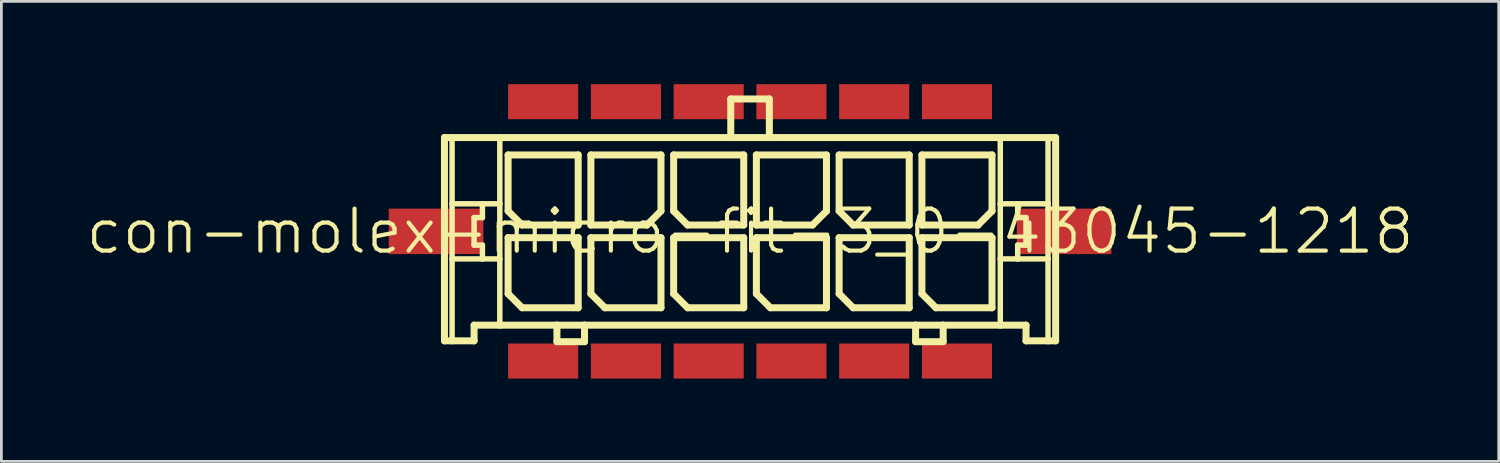
<source format=kicad_pcb>
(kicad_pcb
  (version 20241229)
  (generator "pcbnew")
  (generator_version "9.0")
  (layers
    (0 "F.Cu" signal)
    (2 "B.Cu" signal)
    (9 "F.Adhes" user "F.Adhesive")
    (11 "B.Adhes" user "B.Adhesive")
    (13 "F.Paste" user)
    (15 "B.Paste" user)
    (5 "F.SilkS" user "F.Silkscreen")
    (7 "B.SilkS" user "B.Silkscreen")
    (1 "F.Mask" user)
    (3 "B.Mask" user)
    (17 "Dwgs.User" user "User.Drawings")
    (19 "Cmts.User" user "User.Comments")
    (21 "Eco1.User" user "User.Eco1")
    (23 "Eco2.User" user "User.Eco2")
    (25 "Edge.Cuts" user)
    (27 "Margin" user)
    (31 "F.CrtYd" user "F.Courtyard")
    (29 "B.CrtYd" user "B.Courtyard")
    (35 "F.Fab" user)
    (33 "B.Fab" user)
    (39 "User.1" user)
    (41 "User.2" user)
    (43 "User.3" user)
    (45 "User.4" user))
  (footprint "con-molex-micro-fit-3_0-43045-1218"
    (layer "F.Cu")
    (at 24.13 5.334)
    (property "Reference" "con-molex-micro-fit-3_0-43045-1218" (at 0 0 0) (layer "F.SilkS") (effects (font (size 1.524 1.524) (thickness 0.15))))
    (attr smd)
    (fp_line (start -11.074 -3.399) (end -10.798 -3.399) (stroke (width 0.254) (type solid)) (layer "F.SilkS"))
    (fp_line (start -11.074 3.967) (end -11.074 -3.399) (stroke (width 0.254) (type solid)) (layer "F.SilkS"))
    (fp_line (start -10.798 -3.399) (end -9.068 -3.399) (stroke (width 0.254) (type solid)) (layer "F.SilkS"))
    (fp_line (start -10.798 -0.998) (end -10.798 -3.399) (stroke (width 0.198) (type solid)) (layer "F.SilkS"))
    (fp_line (start -10.798 0.998) (end -10.798 -0.998) (stroke (width 0.198) (type solid)) (layer "F.SilkS"))
    (fp_line (start -10.798 3.967) (end -11.074 3.967) (stroke (width 0.254) (type solid)) (layer "F.SilkS"))
    (fp_line (start -10.798 3.967) (end -10.798 0.998) (stroke (width 0.198) (type solid)) (layer "F.SilkS"))
    (fp_line (start -10 -0.498) (end -10 0.498) (stroke (width 0.198) (type solid)) (layer "F.SilkS"))
    (fp_line (start -10 0.498) (end -9.698 0.498) (stroke (width 0.198) (type solid)) (layer "F.SilkS"))
    (fp_line (start -10 3.399) (end -10 3.967) (stroke (width 0.254) (type solid)) (layer "F.SilkS"))
    (fp_line (start -10 3.967) (end -10.798 3.967) (stroke (width 0.254) (type solid)) (layer "F.SilkS"))
    (fp_line (start -9.698 -0.998) (end -10.798 -0.998) (stroke (width 0.198) (type solid)) (layer "F.SilkS"))
    (fp_line (start -9.698 -0.998) (end -9.698 -0.498) (stroke (width 0.198) (type solid)) (layer "F.SilkS"))
    (fp_line (start -9.698 -0.498) (end -10 -0.498) (stroke (width 0.198) (type solid)) (layer "F.SilkS"))
    (fp_line (start -9.698 0.498) (end -9.698 0.998) (stroke (width 0.198) (type solid)) (layer "F.SilkS"))
    (fp_line (start -9.698 0.998) (end -10.798 0.998) (stroke (width 0.198) (type solid)) (layer "F.SilkS"))
    (fp_line (start -9.068 -3.399) (end -0.699 -3.399) (stroke (width 0.254) (type solid)) (layer "F.SilkS"))
    (fp_line (start -9.068 -0.998) (end -9.698 -0.998) (stroke (width 0.198) (type solid)) (layer "F.SilkS"))
    (fp_line (start -9.068 -0.998) (end -9.068 -3.399) (stroke (width 0.198) (type solid)) (layer "F.SilkS"))
    (fp_line (start -9.068 0.998) (end -9.698 0.998) (stroke (width 0.198) (type solid)) (layer "F.SilkS"))
    (fp_line (start -9.068 0.998) (end -9.068 -0.998) (stroke (width 0.198) (type solid)) (layer "F.SilkS"))
    (fp_line (start -9.068 3.399) (end -10 3.399) (stroke (width 0.254) (type solid)) (layer "F.SilkS"))
    (fp_line (start -9.068 3.399) (end -9.068 0.998) (stroke (width 0.198) (type solid)) (layer "F.SilkS"))
    (fp_line (start -8.768 -2.769) (end -6.228 -2.769) (stroke (width 0.254) (type solid)) (layer "F.SilkS"))
    (fp_line (start -8.768 -0.737) (end -8.768 -2.769) (stroke (width 0.254) (type solid)) (layer "F.SilkS"))
    (fp_line (start -8.768 0.229) (end -6.228 0.229) (stroke (width 0.254) (type solid)) (layer "F.SilkS"))
    (fp_line (start -8.768 2.261) (end -8.768 0.229) (stroke (width 0.254) (type solid)) (layer "F.SilkS"))
    (fp_line (start -8.26 -0.229) (end -8.768 -0.737) (stroke (width 0.254) (type solid)) (layer "F.SilkS"))
    (fp_line (start -8.26 2.769) (end -8.768 2.261) (stroke (width 0.254) (type solid)) (layer "F.SilkS"))
    (fp_line (start -6.998 3.399) (end -9.068 3.399) (stroke (width 0.254) (type solid)) (layer "F.SilkS"))
    (fp_line (start -6.998 3.399) (end -6.998 3.998) (stroke (width 0.254) (type solid)) (layer "F.SilkS"))
    (fp_line (start -6.998 3.998) (end -5.999 3.998) (stroke (width 0.254) (type solid)) (layer "F.SilkS"))
    (fp_line (start -6.228 -2.769) (end -6.228 -0.229) (stroke (width 0.254) (type solid)) (layer "F.SilkS"))
    (fp_line (start -6.228 -0.229) (end -8.26 -0.229) (stroke (width 0.254) (type solid)) (layer "F.SilkS"))
    (fp_line (start -6.228 0.229) (end -6.228 2.769) (stroke (width 0.254) (type solid)) (layer "F.SilkS"))
    (fp_line (start -6.228 2.769) (end -8.26 2.769) (stroke (width 0.254) (type solid)) (layer "F.SilkS"))
    (fp_line (start -5.999 3.399) (end -6.998 3.399) (stroke (width 0.254) (type solid)) (layer "F.SilkS"))
    (fp_line (start -5.999 3.998) (end -5.999 3.399) (stroke (width 0.254) (type solid)) (layer "F.SilkS"))
    (fp_line (start -5.768 -2.769) (end -5.768 -0.229) (stroke (width 0.254) (type solid)) (layer "F.SilkS"))
    (fp_line (start -5.768 -0.229) (end -3.736 -0.229) (stroke (width 0.254) (type solid)) (layer "F.SilkS"))
    (fp_line (start -5.768 0.229) (end -3.228 0.229) (stroke (width 0.254) (type solid)) (layer "F.SilkS"))
    (fp_line (start -5.768 2.261) (end -5.768 0.229) (stroke (width 0.254) (type solid)) (layer "F.SilkS"))
    (fp_line (start -5.26 2.769) (end -5.768 2.261) (stroke (width 0.254) (type solid)) (layer "F.SilkS"))
    (fp_line (start -3.736 -0.229) (end -3.228 -0.737) (stroke (width 0.254) (type solid)) (layer "F.SilkS"))
    (fp_line (start -3.228 -2.769) (end -5.768 -2.769) (stroke (width 0.254) (type solid)) (layer "F.SilkS"))
    (fp_line (start -3.228 -0.737) (end -3.228 -2.769) (stroke (width 0.254) (type solid)) (layer "F.SilkS"))
    (fp_line (start -3.228 0.229) (end -3.228 2.769) (stroke (width 0.254) (type solid)) (layer "F.SilkS"))
    (fp_line (start -3.228 2.769) (end -5.26 2.769) (stroke (width 0.254) (type solid)) (layer "F.SilkS"))
    (fp_line (start -2.769 -2.769) (end -0.229 -2.769) (stroke (width 0.254) (type solid)) (layer "F.SilkS"))
    (fp_line (start -2.769 -0.737) (end -2.769 -2.769) (stroke (width 0.254) (type solid)) (layer "F.SilkS"))
    (fp_line (start -2.769 0.229) (end -0.229 0.229) (stroke (width 0.254) (type solid)) (layer "F.SilkS"))
    (fp_line (start -2.769 2.261) (end -2.769 0.229) (stroke (width 0.254) (type solid)) (layer "F.SilkS"))
    (fp_line (start -2.261 -0.229) (end -2.769 -0.737) (stroke (width 0.254) (type solid)) (layer "F.SilkS"))
    (fp_line (start -2.261 2.769) (end -2.769 2.261) (stroke (width 0.254) (type solid)) (layer "F.SilkS"))
    (fp_line (start -0.699 -4.798) (end -0.699 -3.399) (stroke (width 0.254) (type solid)) (layer "F.SilkS"))
    (fp_line (start -0.699 -4.798) (end 0.699 -4.798) (stroke (width 0.254) (type solid)) (layer "F.SilkS"))
    (fp_line (start -0.699 -3.399) (end 0.699 -3.399) (stroke (width 0.254) (type solid)) (layer "F.SilkS"))
    (fp_line (start -0.229 -2.769) (end -0.229 -0.229) (stroke (width 0.254) (type solid)) (layer "F.SilkS"))
    (fp_line (start -0.229 -0.229) (end -2.261 -0.229) (stroke (width 0.254) (type solid)) (layer "F.SilkS"))
    (fp_line (start -0.229 0.229) (end -0.229 2.769) (stroke (width 0.254) (type solid)) (layer "F.SilkS"))
    (fp_line (start -0.229 2.769) (end -2.261 2.769) (stroke (width 0.254) (type solid)) (layer "F.SilkS"))
    (fp_line (start 0.229 -2.769) (end 0.229 -0.229) (stroke (width 0.254) (type solid)) (layer "F.SilkS"))
    (fp_line (start 0.229 -0.229) (end 2.261 -0.229) (stroke (width 0.254) (type solid)) (layer "F.SilkS"))
    (fp_line (start 0.229 0.229) (end 2.769 0.229) (stroke (width 0.254) (type solid)) (layer "F.SilkS"))
    (fp_line (start 0.229 2.261) (end 0.229 0.229) (stroke (width 0.254) (type solid)) (layer "F.SilkS"))
    (fp_line (start 0.699 -4.798) (end 0.699 -3.399) (stroke (width 0.254) (type solid)) (layer "F.SilkS"))
    (fp_line (start 0.699 -3.399) (end 9.068 -3.399) (stroke (width 0.254) (type solid)) (layer "F.SilkS"))
    (fp_line (start 0.737 2.769) (end 0.229 2.261) (stroke (width 0.254) (type solid)) (layer "F.SilkS"))
    (fp_line (start 2.261 -0.229) (end 2.769 -0.737) (stroke (width 0.254) (type solid)) (layer "F.SilkS"))
    (fp_line (start 2.769 -2.769) (end 0.229 -2.769) (stroke (width 0.254) (type solid)) (layer "F.SilkS"))
    (fp_line (start 2.769 -0.737) (end 2.769 -2.769) (stroke (width 0.254) (type solid)) (layer "F.SilkS"))
    (fp_line (start 2.769 0.229) (end 2.769 2.769) (stroke (width 0.254) (type solid)) (layer "F.SilkS"))
    (fp_line (start 2.769 2.769) (end 0.737 2.769) (stroke (width 0.254) (type solid)) (layer "F.SilkS"))
    (fp_line (start 3.228 -2.769) (end 5.768 -2.769) (stroke (width 0.254) (type solid)) (layer "F.SilkS"))
    (fp_line (start 3.228 -0.737) (end 3.228 -2.769) (stroke (width 0.254) (type solid)) (layer "F.SilkS"))
    (fp_line (start 3.228 0.229) (end 5.768 0.229) (stroke (width 0.254) (type solid)) (layer "F.SilkS"))
    (fp_line (start 3.228 2.261) (end 3.228 0.229) (stroke (width 0.254) (type solid)) (layer "F.SilkS"))
    (fp_line (start 3.736 -0.229) (end 3.228 -0.737) (stroke (width 0.254) (type solid)) (layer "F.SilkS"))
    (fp_line (start 3.736 2.769) (end 3.228 2.261) (stroke (width 0.254) (type solid)) (layer "F.SilkS"))
    (fp_line (start 5.768 -2.769) (end 5.768 -0.229) (stroke (width 0.254) (type solid)) (layer "F.SilkS"))
    (fp_line (start 5.768 -0.229) (end 3.736 -0.229) (stroke (width 0.254) (type solid)) (layer "F.SilkS"))
    (fp_line (start 5.768 0.229) (end 5.768 2.769) (stroke (width 0.254) (type solid)) (layer "F.SilkS"))
    (fp_line (start 5.768 2.769) (end 3.736 2.769) (stroke (width 0.254) (type solid)) (layer "F.SilkS"))
    (fp_line (start 5.999 3.399) (end -5.999 3.399) (stroke (width 0.254) (type solid)) (layer "F.SilkS"))
    (fp_line (start 5.999 3.399) (end 5.999 3.998) (stroke (width 0.254) (type solid)) (layer "F.SilkS"))
    (fp_line (start 5.999 3.998) (end 6.998 3.998) (stroke (width 0.254) (type solid)) (layer "F.SilkS"))
    (fp_line (start 6.228 -2.769) (end 6.228 -0.229) (stroke (width 0.254) (type solid)) (layer "F.SilkS"))
    (fp_line (start 6.228 -0.229) (end 8.26 -0.229) (stroke (width 0.254) (type solid)) (layer "F.SilkS"))
    (fp_line (start 6.228 0.229) (end 8.768 0.229) (stroke (width 0.254) (type solid)) (layer "F.SilkS"))
    (fp_line (start 6.228 2.261) (end 6.228 0.229) (stroke (width 0.254) (type solid)) (layer "F.SilkS"))
    (fp_line (start 6.736 2.769) (end 6.228 2.261) (stroke (width 0.254) (type solid)) (layer "F.SilkS"))
    (fp_line (start 6.998 3.399) (end 5.999 3.399) (stroke (width 0.254) (type solid)) (layer "F.SilkS"))
    (fp_line (start 6.998 3.998) (end 6.998 3.399) (stroke (width 0.254) (type solid)) (layer "F.SilkS"))
    (fp_line (start 8.26 -0.229) (end 8.768 -0.737) (stroke (width 0.254) (type solid)) (layer "F.SilkS"))
    (fp_line (start 8.768 -2.769) (end 6.228 -2.769) (stroke (width 0.254) (type solid)) (layer "F.SilkS"))
    (fp_line (start 8.768 -0.737) (end 8.768 -2.769) (stroke (width 0.254) (type solid)) (layer "F.SilkS"))
    (fp_line (start 8.768 0.229) (end 8.768 2.769) (stroke (width 0.254) (type solid)) (layer "F.SilkS"))
    (fp_line (start 8.768 2.769) (end 6.736 2.769) (stroke (width 0.254) (type solid)) (layer "F.SilkS"))
    (fp_line (start 9.068 -3.399) (end 9.068 -0.998) (stroke (width 0.198) (type solid)) (layer "F.SilkS"))
    (fp_line (start 9.068 -3.399) (end 10.798 -3.399) (stroke (width 0.254) (type solid)) (layer "F.SilkS"))
    (fp_line (start 9.068 -0.998) (end 9.068 0.998) (stroke (width 0.198) (type solid)) (layer "F.SilkS"))
    (fp_line (start 9.068 -0.998) (end 9.698 -0.998) (stroke (width 0.198) (type solid)) (layer "F.SilkS"))
    (fp_line (start 9.068 0.998) (end 9.068 3.399) (stroke (width 0.198) (type solid)) (layer "F.SilkS"))
    (fp_line (start 9.068 0.998) (end 9.698 0.998) (stroke (width 0.198) (type solid)) (layer "F.SilkS"))
    (fp_line (start 9.068 3.399) (end 6.998 3.399) (stroke (width 0.254) (type solid)) (layer "F.SilkS"))
    (fp_line (start 9.698 -0.998) (end 9.698 -0.498) (stroke (width 0.198) (type solid)) (layer "F.SilkS"))
    (fp_line (start 9.698 -0.998) (end 10.798 -0.998) (stroke (width 0.198) (type solid)) (layer "F.SilkS"))
    (fp_line (start 9.698 -0.498) (end 10 -0.498) (stroke (width 0.198) (type solid)) (layer "F.SilkS"))
    (fp_line (start 9.698 0.498) (end 9.698 0.998) (stroke (width 0.198) (type solid)) (layer "F.SilkS"))
    (fp_line (start 9.698 0.998) (end 10.798 0.998) (stroke (width 0.198) (type solid)) (layer "F.SilkS"))
    (fp_line (start 10 -0.498) (end 10 0.498) (stroke (width 0.198) (type solid)) (layer "F.SilkS"))
    (fp_line (start 10 0.498) (end 9.698 0.498) (stroke (width 0.198) (type solid)) (layer "F.SilkS"))
    (fp_line (start 10 3.399) (end 9.068 3.399) (stroke (width 0.254) (type solid)) (layer "F.SilkS"))
    (fp_line (start 10 3.967) (end 10 3.399) (stroke (width 0.254) (type solid)) (layer "F.SilkS"))
    (fp_line (start 10 3.967) (end 10.798 3.967) (stroke (width 0.254) (type solid)) (layer "F.SilkS"))
    (fp_line (start 10.798 -3.399) (end 11.074 -3.399) (stroke (width 0.254) (type solid)) (layer "F.SilkS"))
    (fp_line (start 10.798 -0.998) (end 10.798 -3.399) (stroke (width 0.198) (type solid)) (layer "F.SilkS"))
    (fp_line (start 10.798 0.998) (end 10.798 -0.998) (stroke (width 0.198) (type solid)) (layer "F.SilkS"))
    (fp_line (start 10.798 3.967) (end 10.798 0.998) (stroke (width 0.198) (type solid)) (layer "F.SilkS"))
    (fp_line (start 10.798 3.967) (end 11.074 3.967) (stroke (width 0.254) (type solid)) (layer "F.SilkS"))
    (fp_line (start 11.074 -3.399) (end 11.074 3.967) (stroke (width 0.254) (type solid)) (layer "F.SilkS"))
    (pad "CLIP" smd rect (at -11.379 0) (size 3.429 1.648) (layers "F.Cu" "F.Mask" "F.Paste"))
    (pad "CLIP" smd rect (at 11.379 0) (size 3.429 1.648) (layers "F.Cu" "F.Mask" "F.Paste"))
    (pad "P$1" smd rect (at 7.498 4.699) (size 2.54 1.27) (layers "F.Cu" "F.Mask" "F.Paste"))
    (pad "P$2" smd rect (at 4.498 4.699) (size 2.54 1.27) (layers "F.Cu" "F.Mask" "F.Paste"))
    (pad "P$3" smd rect (at 1.499 4.699) (size 2.54 1.27) (layers "F.Cu" "F.Mask" "F.Paste"))
    (pad "P$4" smd rect (at -1.499 4.699) (size 2.54 1.27) (layers "F.Cu" "F.Mask" "F.Paste"))
    (pad "P$5" smd rect (at -4.498 4.699) (size 2.54 1.27) (layers "F.Cu" "F.Mask" "F.Paste"))
    (pad "P$6" smd rect (at -7.498 4.699) (size 2.54 1.27) (layers "F.Cu" "F.Mask" "F.Paste"))
    (pad "P$7" smd rect (at 7.498 -4.699) (size 2.54 1.27) (layers "F.Cu" "F.Mask" "F.Paste"))
    (pad "P$8" smd rect (at 4.498 -4.699) (size 2.54 1.27) (layers "F.Cu" "F.Mask" "F.Paste"))
    (pad "P$9" smd rect (at 1.499 -4.699) (size 2.54 1.27) (layers "F.Cu" "F.Mask" "F.Paste"))
    (pad "P$10" smd rect (at -1.499 -4.699) (size 2.54 1.27) (layers "F.Cu" "F.Mask" "F.Paste"))
    (pad "P$11" smd rect (at -4.498 -4.699) (size 2.54 1.27) (layers "F.Cu" "F.Mask" "F.Paste"))
    (pad "P$12" smd rect (at -7.498 -4.699) (size 2.54 1.27) (layers "F.Cu" "F.Mask" "F.Paste")))
  (gr_rect
    (start -3 -3)
    (end 51.26 13.668)
    (stroke (width 0.1) (type default))
    (fill no)
    (layer "Edge.Cuts")))
</source>
